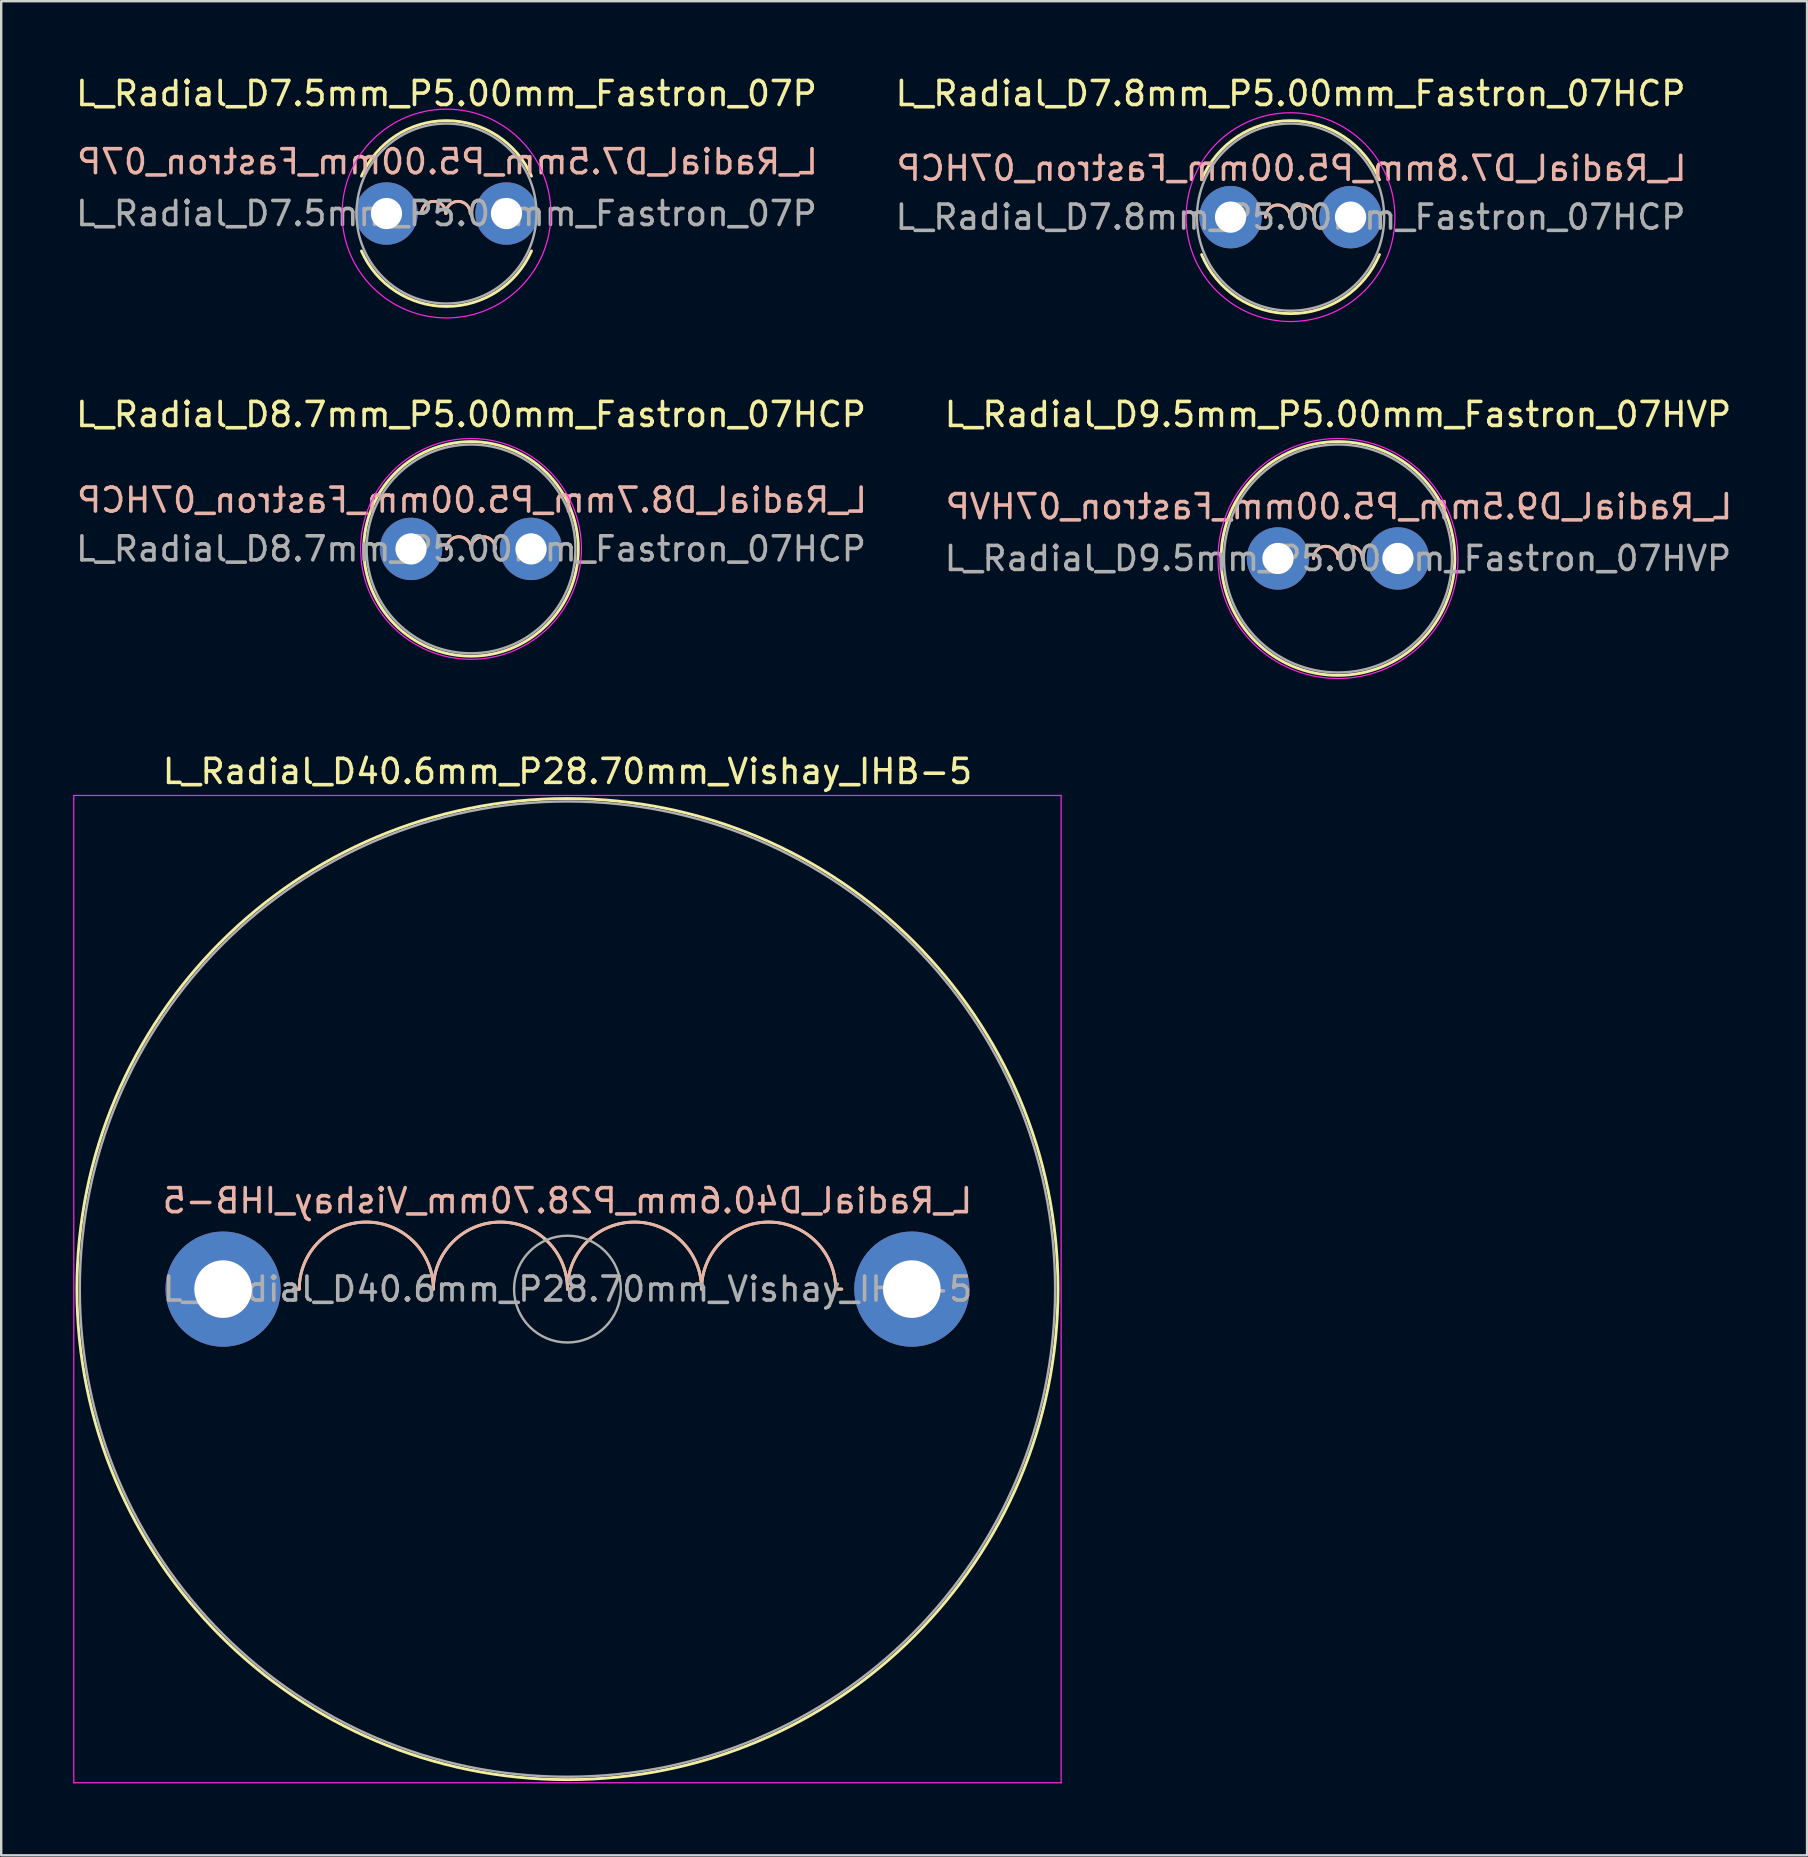
<source format=kicad_pcb>
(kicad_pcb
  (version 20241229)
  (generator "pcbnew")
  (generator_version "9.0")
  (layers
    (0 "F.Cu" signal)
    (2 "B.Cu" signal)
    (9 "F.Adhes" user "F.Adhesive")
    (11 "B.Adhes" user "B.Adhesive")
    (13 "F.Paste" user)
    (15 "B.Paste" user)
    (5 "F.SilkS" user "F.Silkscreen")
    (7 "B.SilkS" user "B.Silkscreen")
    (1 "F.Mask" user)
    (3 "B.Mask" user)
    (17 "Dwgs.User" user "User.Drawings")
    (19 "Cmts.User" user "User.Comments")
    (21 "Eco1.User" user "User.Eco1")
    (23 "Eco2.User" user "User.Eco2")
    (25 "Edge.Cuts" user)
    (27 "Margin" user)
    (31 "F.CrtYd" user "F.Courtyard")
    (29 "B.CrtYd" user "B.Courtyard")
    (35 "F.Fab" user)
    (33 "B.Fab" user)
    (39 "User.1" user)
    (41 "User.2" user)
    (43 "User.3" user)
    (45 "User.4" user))
  (footprint "L_Radial_D7.8mm_P5.00mm_Fastron_07HCP"
    (layer "F.Cu")
    (at 48.225 5.998)
    (property "Reference" "L_Radial_D7.8mm_P5.00mm_Fastron_07HCP" (at 2.5 -5.15 0) (layer "F.SilkS") (effects (font (size 1 1) (thickness 0.15))))
    (fp_arc (start -1.20497 -1.56) (mid 2.5 -4.02) (end 6.20497 -1.56) (stroke (width 0.12) (type solid)) (layer "F.SilkS"))
    (fp_arc (start 1.4605 0) (mid 1.9685 -0.508) (end 2.4765 0) (stroke (width 0.12) (type solid)) (layer "F.SilkS"))
    (fp_arc (start 2.4765 0) (mid 2.9845 -0.508) (end 3.4925 0) (stroke (width 0.12) (type solid)) (layer "F.SilkS"))
    (fp_arc (start 6.20497 1.56) (mid 2.5 4.02) (end -1.20497 1.56) (stroke (width 0.12) (type solid)) (layer "F.SilkS"))
    (fp_arc (start 1.4605 0) (mid 1.9685 -0.508) (end 2.4765 0) (stroke (width 0.12) (type solid)) (layer "B.SilkS"))
    (fp_arc (start 2.4765 0) (mid 2.9845 -0.508) (end 3.4925 0) (stroke (width 0.12) (type solid)) (layer "B.SilkS"))
    (fp_circle (center 2.5 0) (end 6.85 0) (stroke (width 0.05) (type solid)) (fill no) (layer "F.CrtYd"))
    (fp_circle (center 2.5 0) (end 6.4 0) (stroke (width 0.1) (type solid)) (fill no) (layer "F.Fab"))
    (fp_text user "${REFERENCE}" (at 2.54 -2.032 0) (layer "B.SilkS") (effects (font (size 1 1) (thickness 0.15)) (justify mirror)))
    (fp_text user "${REFERENCE}" (at 2.5 0 0) (layer "F.Fab") (effects (font (size 1 1) (thickness 0.15))))
    (pad "1" thru_hole circle (at 0 0) (size 2.6 2.6) (drill 1.3) (layers "*.Cu" "*.Mask"))
    (pad "2" thru_hole circle (at 5 0) (size 2.6 2.6) (drill 1.3) (layers "*.Cu" "*.Mask")))
  (footprint "L_Radial_D8.7mm_P5.00mm_Fastron_07HCP"
    (layer "F.Cu")
    (at 14.077 19.822)
    (property "Reference" "L_Radial_D8.7mm_P5.00mm_Fastron_07HCP" (at 2.5 -5.6 0) (layer "F.SilkS") (effects (font (size 1 1) (thickness 0.15))))
    (fp_arc (start 1.484 0) (mid 1.992 -0.508) (end 2.5 0) (stroke (width 0.12) (type solid)) (layer "F.SilkS"))
    (fp_arc (start 2.5 0) (mid 3.008 -0.508) (end 3.516 0) (stroke (width 0.12) (type solid)) (layer "F.SilkS"))
    (fp_circle (center 2.5 0) (end 6.97 0) (stroke (width 0.12) (type solid)) (fill no) (layer "F.SilkS"))
    (fp_arc (start 1.484 0) (mid 1.992 -0.508) (end 2.5 0) (stroke (width 0.12) (type solid)) (layer "B.SilkS"))
    (fp_arc (start 2.5 0) (mid 3.008 -0.508) (end 3.516 0) (stroke (width 0.12) (type solid)) (layer "B.SilkS"))
    (fp_circle (center 2.5 0) (end 7.1 0) (stroke (width 0.05) (type solid)) (fill no) (layer "F.CrtYd"))
    (fp_circle (center 2.5 0) (end 6.85 0) (stroke (width 0.1) (type solid)) (fill no) (layer "F.Fab"))
    (fp_text user "${REFERENCE}" (at 2.54 -2.032 0) (layer "B.SilkS") (effects (font (size 1 1) (thickness 0.15)) (justify mirror)))
    (fp_text user "${REFERENCE}" (at 2.5 0 0) (layer "F.Fab") (effects (font (size 1 1) (thickness 0.15))))
    (pad "1" thru_hole circle (at 0 0) (size 2.6 2.6) (drill 1.3) (layers "*.Cu" "*.Mask"))
    (pad "2" thru_hole circle (at 5 0) (size 2.6 2.6) (drill 1.3) (layers "*.Cu" "*.Mask")))
  (footprint "L_Radial_D7.5mm_P5.00mm_Fastron_07P"
    (layer "F.Cu")
    (at 13.054 5.848)
    (property "Reference" "L_Radial_D7.5mm_P5.00mm_Fastron_07P" (at 2.5 -5 0) (layer "F.SilkS") (effects (font (size 1 1) (thickness 0.15))))
    (fp_arc (start -1.041652 -1.56) (mid 2.5 -3.87) (end 6.041652 -1.56) (stroke (width 0.12) (type solid)) (layer "F.SilkS"))
    (fp_arc (start 1.4605 0) (mid 1.9685 -0.508) (end 2.4765 0) (stroke (width 0.12) (type solid)) (layer "F.SilkS"))
    (fp_arc (start 2.4765 0) (mid 2.9845 -0.508) (end 3.4925 0) (stroke (width 0.12) (type solid)) (layer "F.SilkS"))
    (fp_arc (start 6.041652 1.56) (mid 2.5 3.87) (end -1.041652 1.56) (stroke (width 0.12) (type solid)) (layer "F.SilkS"))
    (fp_arc (start 1.4605 0) (mid 1.9685 -0.508) (end 2.4765 0) (stroke (width 0.12) (type solid)) (layer "B.SilkS"))
    (fp_arc (start 2.4765 0) (mid 2.9845 -0.508) (end 3.4925 0) (stroke (width 0.12) (type solid)) (layer "B.SilkS"))
    (fp_circle (center 2.5 0) (end 6.85 0) (stroke (width 0.05) (type solid)) (fill no) (layer "F.CrtYd"))
    (fp_circle (center 2.5 0) (end 6.25 0) (stroke (width 0.1) (type solid)) (fill no) (layer "F.Fab"))
    (fp_text user "${REFERENCE}" (at 2.54 -2.159 0) (layer "B.SilkS") (effects (font (size 1 1) (thickness 0.15)) (justify mirror)))
    (fp_text user "${REFERENCE}" (at 2.5 0 0) (layer "F.Fab") (effects (font (size 1 1) (thickness 0.15))))
    (pad "1" thru_hole circle (at 0 0) (size 2.6 2.6) (drill 1.3) (layers "*.Cu" "*.Mask"))
    (pad "2" thru_hole circle (at 5 0) (size 2.6 2.6) (drill 1.3) (layers "*.Cu" "*.Mask")))
  (footprint "L_Radial_D9.5mm_P5.00mm_Fastron_07HVP"
    (layer "F.Cu")
    (at 50.201 20.221)
    (property "Reference" "L_Radial_D9.5mm_P5.00mm_Fastron_07HVP" (at 2.5 -6 0) (layer "F.SilkS") (effects (font (size 1 1) (thickness 0.15))))
    (fp_arc (start 1.484 0) (mid 1.992 -0.508) (end 2.5 0) (stroke (width 0.12) (type solid)) (layer "F.SilkS"))
    (fp_arc (start 2.5 0) (mid 3.008 -0.508) (end 3.516 0) (stroke (width 0.12) (type solid)) (layer "F.SilkS"))
    (fp_circle (center 2.5 0) (end 7.37 0) (stroke (width 0.12) (type solid)) (fill no) (layer "F.SilkS"))
    (fp_arc (start 1.484 0) (mid 1.992 -0.508) (end 2.5 0) (stroke (width 0.12) (type solid)) (layer "B.SilkS"))
    (fp_arc (start 2.5 0) (mid 3.008 -0.508) (end 3.516 0) (stroke (width 0.12) (type solid)) (layer "B.SilkS"))
    (fp_circle (center 2.5 0) (end 7.5 0) (stroke (width 0.05) (type solid)) (fill no) (layer "F.CrtYd"))
    (fp_circle (center 2.5 0) (end 7.25 0) (stroke (width 0.1) (type solid)) (fill no) (layer "F.Fab"))
    (fp_text user "${REFERENCE}" (at 2.54 -2.159 0) (layer "B.SilkS") (effects (font (size 1 1) (thickness 0.15)) (justify mirror)))
    (fp_text user "${REFERENCE}" (at 2.5 0 0) (layer "F.Fab") (effects (font (size 1 1) (thickness 0.15))))
    (pad "1" thru_hole circle (at 0 0) (size 2.6 2.6) (drill 1.3) (layers "*.Cu" "*.Mask"))
    (pad "2" thru_hole circle (at 5 0) (size 2.6 2.6) (drill 1.3) (layers "*.Cu" "*.Mask")))
  (footprint "L_Radial_D40.6mm_P28.70mm_Vishay_IHB-5"
    (layer "F.Cu")
    (at 6.245 50.665)
    (property "Reference" "L_Radial_D40.6mm_P28.70mm_Vishay_IHB-5" (at 14.35 -21.57 0) (layer "F.SilkS") (effects (font (size 1 1) (thickness 0.15))))
    (fp_line (start 3.174 0) (end 2.92 0) (stroke (width 0.12) (type solid)) (layer "F.SilkS"))
    (fp_line (start 25.526 0) (end 25.78 0) (stroke (width 0.12) (type solid)) (layer "F.SilkS"))
    (fp_arc (start 3.174 0) (mid 5.968 -2.794) (end 8.762 0) (stroke (width 0.12) (type solid)) (layer "F.SilkS"))
    (fp_arc (start 8.762 0) (mid 11.556 -2.794) (end 14.35 0) (stroke (width 0.12) (type solid)) (layer "F.SilkS"))
    (fp_arc (start 14.35 0) (mid 17.144 -2.794) (end 19.938 0) (stroke (width 0.12) (type solid)) (layer "F.SilkS"))
    (fp_arc (start 19.938 0) (mid 22.732 -2.794) (end 25.526 0) (stroke (width 0.12) (type solid)) (layer "F.SilkS"))
    (fp_circle (center 14.35 0) (end 34.79 0) (stroke (width 0.12) (type solid)) (fill no) (layer "F.SilkS"))
    (fp_line (start 3.175 0) (end 2.921 0) (stroke (width 0.12) (type solid)) (layer "B.SilkS"))
    (fp_line (start 25.527 0) (end 25.781 0) (stroke (width 0.12) (type solid)) (layer "B.SilkS"))
    (fp_arc (start 3.175 0) (mid 5.969 -2.794) (end 8.763 0) (stroke (width 0.12) (type solid)) (layer "B.SilkS"))
    (fp_arc (start 8.763 0) (mid 11.557 -2.794) (end 14.351 0) (stroke (width 0.12) (type solid)) (layer "B.SilkS"))
    (fp_arc (start 14.351 0) (mid 17.145 -2.794) (end 19.939 0) (stroke (width 0.12) (type solid)) (layer "B.SilkS"))
    (fp_arc (start 19.939 0) (mid 22.733 -2.794) (end 25.527 0) (stroke (width 0.12) (type solid)) (layer "B.SilkS"))
    (fp_line (start -6.22 -20.57) (end -6.22 20.57) (stroke (width 0.05) (type solid)) (layer "F.CrtYd"))
    (fp_line (start -6.22 20.57) (end 34.92 20.57) (stroke (width 0.05) (type solid)) (layer "F.CrtYd"))
    (fp_line (start 34.92 -20.57) (end -6.22 -20.57) (stroke (width 0.05) (type solid)) (layer "F.CrtYd"))
    (fp_line (start 34.92 20.57) (end 34.92 -20.57) (stroke (width 0.05) (type solid)) (layer "F.CrtYd"))
    (fp_circle (center 14.35 0) (end 16.575 0) (stroke (width 0.1) (type solid)) (fill no) (layer "F.Fab"))
    (fp_circle (center 14.35 0) (end 34.67 0) (stroke (width 0.1) (type solid)) (fill no) (layer "F.Fab"))
    (fp_text user "${REFERENCE}" (at 14.351 -3.683 0) (layer "B.SilkS") (effects (font (size 1 1) (thickness 0.15)) (justify mirror)))
    (fp_text user "${REFERENCE}" (at 14.35 0 0) (layer "F.Fab") (effects (font (size 1 1) (thickness 0.15))))
    (pad "1" thru_hole circle (at 0 0) (size 4.8 4.8) (drill 2.4) (layers "*.Cu" "*.Mask"))
    (pad "2" thru_hole circle (at 28.7 0) (size 4.8 4.8) (drill 2.4) (layers "*.Cu" "*.Mask")))
  (gr_rect
    (start -3 -3)
    (end 72.247 74.26)
    (stroke (width 0.1) (type default))
    (fill no)
    (layer "Edge.Cuts")))
</source>
